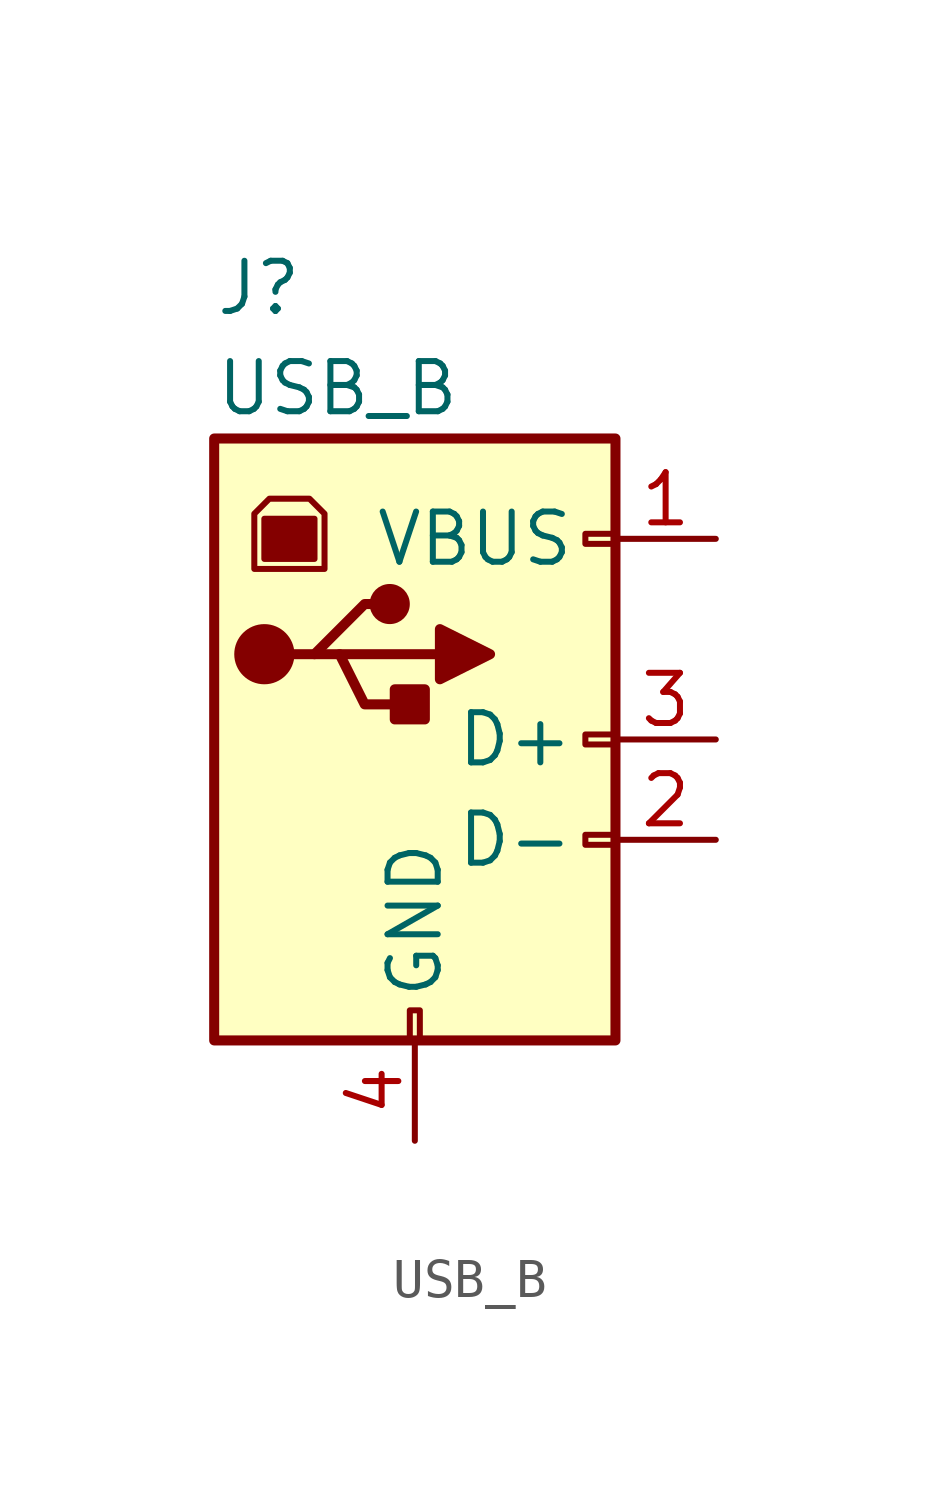
<source format=kicad_sym>
(kicad_symbol_lib
  (version 20220914)
  (generator kicad_symbol_editor)
  (symbol "USB_B"
    (pin_names
      (offset 1.016))
    (property "Reference" "J"
      (at -5.08 11.43 0)
      (effects (font (size 1.27 1.27)) (justify left)))
    (property "Value" "USB_B"
      (at -5.08 8.89 0)
      (effects (font (size 1.27 1.27)) (justify left)))
    (symbol "USB_B_0_1"
      (rectangle (start -5.08 -7.62) (end 5.08 7.62) (stroke (width 0.254) (type default)) (fill (type background)))
      (circle (center -3.81 2.159) (radius 0.635) (stroke (width 0.254) (type default)) (fill (type outline)))
      (rectangle (start -3.81 5.588) (end -2.54 4.572) (stroke (width 0) (type default)) (fill (type outline)))
      (circle (center -0.635 3.429) (radius 0.381) (stroke (width 0.254) (type default)) (fill (type outline)))
      (rectangle (start -0.127 -7.62) (end 0.127 -6.858) (stroke (width 0) (type default)) (fill (type none)))
      (polyline (pts (xy -1.905 2.159) (xy 0.635 2.159)) (stroke (width 0.254) (type default)) (fill (type none)))
      (polyline (pts (xy -3.175 2.159) (xy -2.54 2.159) (xy -1.27 3.429) (xy -0.635 3.429)) (stroke (width 0.254) (type default)) (fill (type none)))
      (polyline (pts (xy -2.54 2.159) (xy -1.905 2.159) (xy -1.27 0.889) (xy 0 0.889)) (stroke (width 0.254) (type default)) (fill (type none)))
      (polyline (pts (xy 0.635 2.794) (xy 0.635 1.524) (xy 1.905 2.159) (xy 0.635 2.794)) (stroke (width 0.254) (type default)) (fill (type outline)))
      (polyline (pts (xy -4.064 4.318) (xy -2.286 4.318) (xy -2.286 5.715) (xy -2.667 6.096) (xy -3.683 6.096) (xy -4.064 5.715) (xy -4.064 4.318)) (stroke (width 0) (type default)) (fill (type none)))
      (rectangle (start 0.254 1.27) (end -0.508 0.508) (stroke (width 0.254) (type default)) (fill (type outline)))
      (rectangle (start 5.08 -2.667) (end 4.318 -2.413) (stroke (width 0) (type default)) (fill (type none)))
      (rectangle (start 5.08 -0.127) (end 4.318 0.127) (stroke (width 0) (type default)) (fill (type none)))
      (rectangle (start 5.08 4.953) (end 4.318 5.207) (stroke (width 0) (type default)) (fill (type none))))
    (symbol "USB_B_1_1"
      (pin power_out line (at 7.62 5.08 180) (length 2.54) (name "VBUS" (effects (font (size 1.27 1.27)))) (number "1" (effects (font (size 1.27 1.27)))))
      (pin passive line (at 7.62 -2.54 180) (length 2.54) (name "D-" (effects (font (size 1.27 1.27)))) (number "2" (effects (font (size 1.27 1.27)))))
      (pin passive line (at 7.62 0 180) (length 2.54) (name "D+" (effects (font (size 1.27 1.27)))) (number "3" (effects (font (size 1.27 1.27)))))
      (pin power_in line (at 0 -10.16 90) (length 2.54) (name "GND" (effects (font (size 1.27 1.27)))) (number "4" (effects (font (size 1.27 1.27))))))))
</source>
